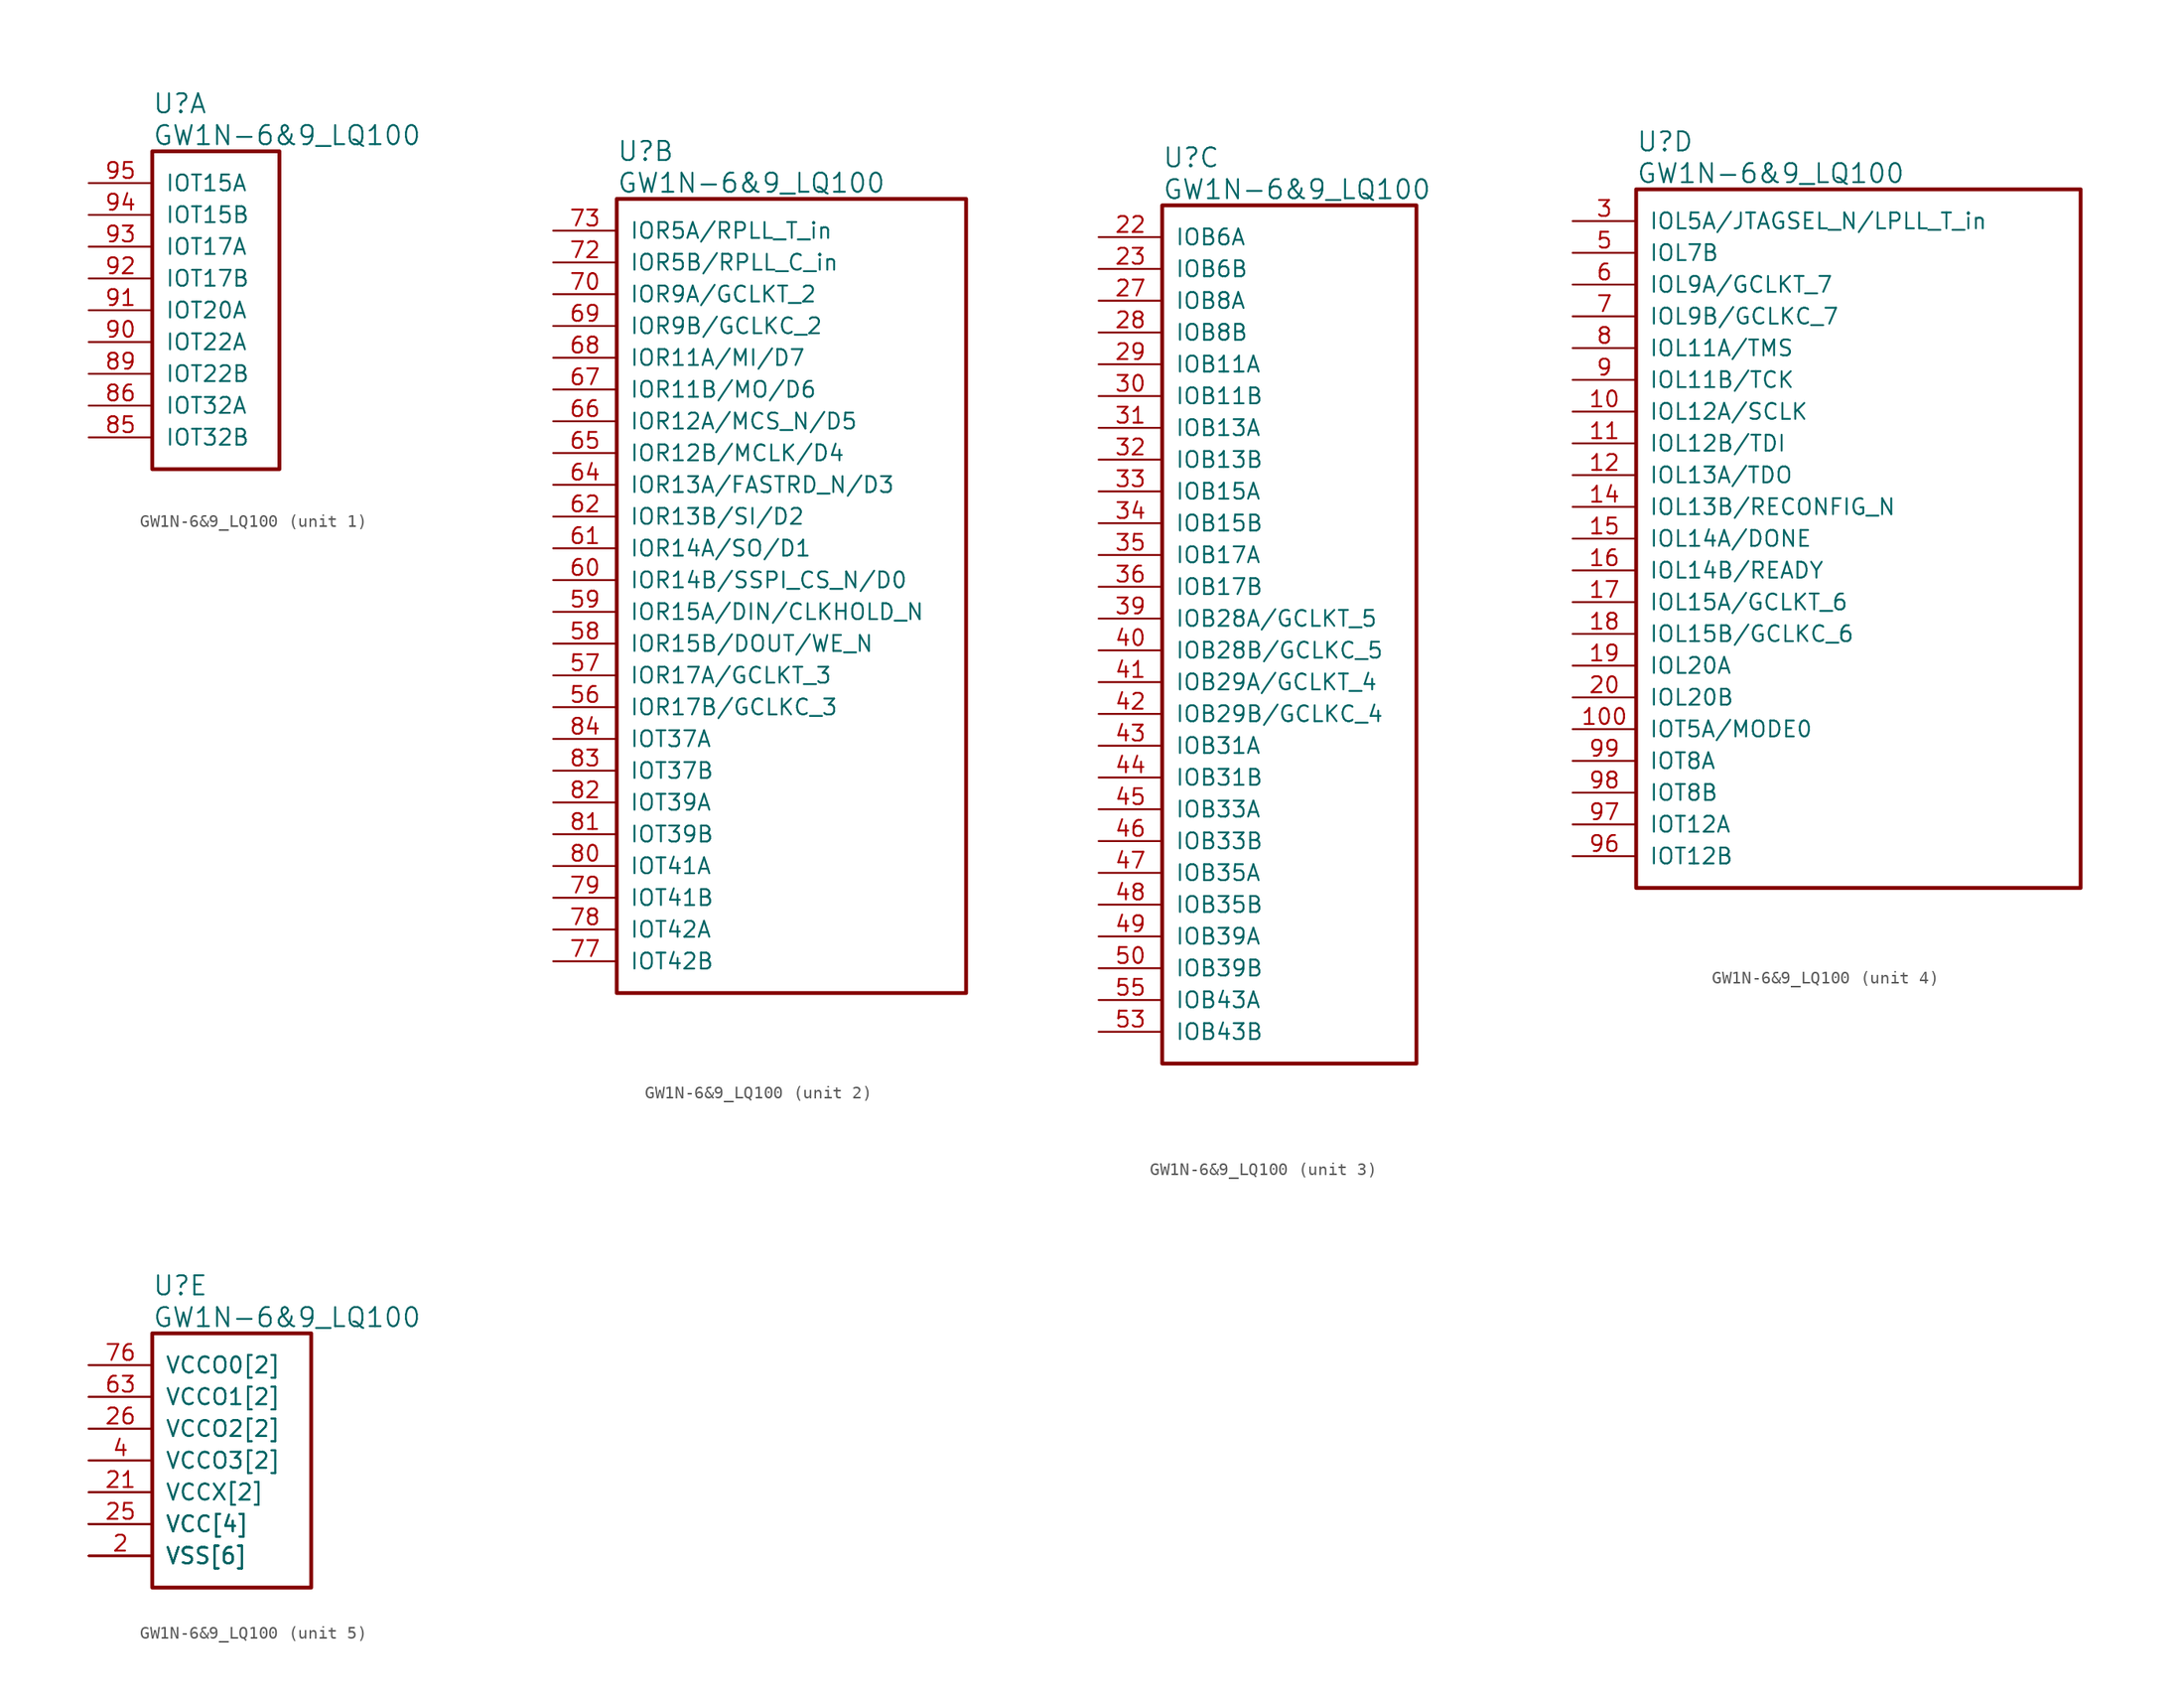
<source format=kicad_sym>
(kicad_symbol_lib
  (version 20241209)
  (generator "kicad_symbol_editor")
  (generator_version "9.0")
  (symbol "GW1N-6&9_LQ100"
    (pin_names
      (offset 1.016))
    (property "Reference" "U"
      (at 5.08 6.35 0)
      (effects (font (size 1.524 1.524)) (justify left)))
    (property "Value" "GW1N-6&9_LQ100"
      (at 5.08 3.81 0)
      (effects (font (size 1.524 1.524)) (justify left)))
    (property "ki_locked" ""
      (at 0 0 0)
      (effects (font (size 1.27 1.27))))
    (symbol "GW1N-6&9_LQ100_1_1"
      (rectangle (start 5.08 2.54) (end 15.24 -22.86) (stroke (width 0.305) (type solid)) (fill (type none)))
      (pin bidirectional line (at 0 0 0) (length 5.08) (name "IOT15A" (effects (font (size 1.27 1.27)))) (number "95" (effects (font (size 1.27 1.27)))))
      (pin bidirectional line (at 0 -2.54 0) (length 5.08) (name "IOT15B" (effects (font (size 1.27 1.27)))) (number "94" (effects (font (size 1.27 1.27)))))
      (pin bidirectional line (at 0 -5.08 0) (length 5.08) (name "IOT17A" (effects (font (size 1.27 1.27)))) (number "93" (effects (font (size 1.27 1.27)))))
      (pin bidirectional line (at 0 -7.62 0) (length 5.08) (name "IOT17B" (effects (font (size 1.27 1.27)))) (number "92" (effects (font (size 1.27 1.27)))))
      (pin bidirectional line (at 0 -10.16 0) (length 5.08) (name "IOT20A" (effects (font (size 1.27 1.27)))) (number "91" (effects (font (size 1.27 1.27)))))
      (pin bidirectional line (at 0 -12.7 0) (length 5.08) (name "IOT22A" (effects (font (size 1.27 1.27)))) (number "90" (effects (font (size 1.27 1.27)))))
      (pin bidirectional line (at 0 -15.24 0) (length 5.08) (name "IOT22B" (effects (font (size 1.27 1.27)))) (number "89" (effects (font (size 1.27 1.27)))))
      (pin bidirectional line (at 0 -17.78 0) (length 5.08) (name "IOT32A" (effects (font (size 1.27 1.27)))) (number "86" (effects (font (size 1.27 1.27)))))
      (pin bidirectional line (at 0 -20.32 0) (length 5.08) (name "IOT32B" (effects (font (size 1.27 1.27)))) (number "85" (effects (font (size 1.27 1.27))))))
    (symbol "GW1N-6&9_LQ100_2_1"
      (rectangle (start 5.08 2.54) (end 33.02 -60.96) (stroke (width 0.305) (type solid)) (fill (type none)))
      (pin bidirectional line (at 0 0 0) (length 5.08) (name "IOR5A/RPLL_T_in" (effects (font (size 1.27 1.27)))) (number "73" (effects (font (size 1.27 1.27)))))
      (pin bidirectional line (at 0 -2.54 0) (length 5.08) (name "IOR5B/RPLL_C_in" (effects (font (size 1.27 1.27)))) (number "72" (effects (font (size 1.27 1.27)))))
      (pin bidirectional line (at 0 -5.08 0) (length 5.08) (name "IOR9A/GCLKT_2" (effects (font (size 1.27 1.27)))) (number "70" (effects (font (size 1.27 1.27)))))
      (pin bidirectional line (at 0 -7.62 0) (length 5.08) (name "IOR9B/GCLKC_2" (effects (font (size 1.27 1.27)))) (number "69" (effects (font (size 1.27 1.27)))))
      (pin bidirectional line (at 0 -10.16 0) (length 5.08) (name "IOR11A/MI/D7" (effects (font (size 1.27 1.27)))) (number "68" (effects (font (size 1.27 1.27)))))
      (pin bidirectional line (at 0 -12.7 0) (length 5.08) (name "IOR11B/MO/D6" (effects (font (size 1.27 1.27)))) (number "67" (effects (font (size 1.27 1.27)))))
      (pin bidirectional line (at 0 -15.24 0) (length 5.08) (name "IOR12A/MCS_N/D5" (effects (font (size 1.27 1.27)))) (number "66" (effects (font (size 1.27 1.27)))))
      (pin bidirectional line (at 0 -17.78 0) (length 5.08) (name "IOR12B/MCLK/D4" (effects (font (size 1.27 1.27)))) (number "65" (effects (font (size 1.27 1.27)))))
      (pin bidirectional line (at 0 -20.32 0) (length 5.08) (name "IOR13A/FASTRD_N/D3" (effects (font (size 1.27 1.27)))) (number "64" (effects (font (size 1.27 1.27)))))
      (pin bidirectional line (at 0 -22.86 0) (length 5.08) (name "IOR13B/SI/D2" (effects (font (size 1.27 1.27)))) (number "62" (effects (font (size 1.27 1.27)))))
      (pin bidirectional line (at 0 -25.4 0) (length 5.08) (name "IOR14A/SO/D1" (effects (font (size 1.27 1.27)))) (number "61" (effects (font (size 1.27 1.27)))))
      (pin bidirectional line (at 0 -27.94 0) (length 5.08) (name "IOR14B/SSPI_CS_N/D0" (effects (font (size 1.27 1.27)))) (number "60" (effects (font (size 1.27 1.27)))))
      (pin bidirectional line (at 0 -30.48 0) (length 5.08) (name "IOR15A/DIN/CLKHOLD_N" (effects (font (size 1.27 1.27)))) (number "59" (effects (font (size 1.27 1.27)))))
      (pin bidirectional line (at 0 -33.02 0) (length 5.08) (name "IOR15B/DOUT/WE_N" (effects (font (size 1.27 1.27)))) (number "58" (effects (font (size 1.27 1.27)))))
      (pin bidirectional line (at 0 -35.56 0) (length 5.08) (name "IOR17A/GCLKT_3" (effects (font (size 1.27 1.27)))) (number "57" (effects (font (size 1.27 1.27)))))
      (pin bidirectional line (at 0 -38.1 0) (length 5.08) (name "IOR17B/GCLKC_3" (effects (font (size 1.27 1.27)))) (number "56" (effects (font (size 1.27 1.27)))))
      (pin bidirectional line (at 0 -40.64 0) (length 5.08) (name "IOT37A" (effects (font (size 1.27 1.27)))) (number "84" (effects (font (size 1.27 1.27)))))
      (pin bidirectional line (at 0 -43.18 0) (length 5.08) (name "IOT37B" (effects (font (size 1.27 1.27)))) (number "83" (effects (font (size 1.27 1.27)))))
      (pin bidirectional line (at 0 -45.72 0) (length 5.08) (name "IOT39A" (effects (font (size 1.27 1.27)))) (number "82" (effects (font (size 1.27 1.27)))))
      (pin bidirectional line (at 0 -48.26 0) (length 5.08) (name "IOT39B" (effects (font (size 1.27 1.27)))) (number "81" (effects (font (size 1.27 1.27)))))
      (pin bidirectional line (at 0 -50.8 0) (length 5.08) (name "IOT41A" (effects (font (size 1.27 1.27)))) (number "80" (effects (font (size 1.27 1.27)))))
      (pin bidirectional line (at 0 -53.34 0) (length 5.08) (name "IOT41B" (effects (font (size 1.27 1.27)))) (number "79" (effects (font (size 1.27 1.27)))))
      (pin bidirectional line (at 0 -55.88 0) (length 5.08) (name "IOT42A" (effects (font (size 1.27 1.27)))) (number "78" (effects (font (size 1.27 1.27)))))
      (pin bidirectional line (at 0 -58.42 0) (length 5.08) (name "IOT42B" (effects (font (size 1.27 1.27)))) (number "77" (effects (font (size 1.27 1.27))))))
    (symbol "GW1N-6&9_LQ100_3_1"
      (rectangle (start 5.08 2.54) (end 25.4 -66.04) (stroke (width 0.305) (type solid)) (fill (type none)))
      (pin bidirectional line (at 0 0 0) (length 5.08) (name "IOB6A" (effects (font (size 1.27 1.27)))) (number "22" (effects (font (size 1.27 1.27)))))
      (pin bidirectional line (at 0 -2.54 0) (length 5.08) (name "IOB6B" (effects (font (size 1.27 1.27)))) (number "23" (effects (font (size 1.27 1.27)))))
      (pin bidirectional line (at 0 -5.08 0) (length 5.08) (name "IOB8A" (effects (font (size 1.27 1.27)))) (number "27" (effects (font (size 1.27 1.27)))))
      (pin bidirectional line (at 0 -7.62 0) (length 5.08) (name "IOB8B" (effects (font (size 1.27 1.27)))) (number "28" (effects (font (size 1.27 1.27)))))
      (pin bidirectional line (at 0 -10.16 0) (length 5.08) (name "IOB11A" (effects (font (size 1.27 1.27)))) (number "29" (effects (font (size 1.27 1.27)))))
      (pin bidirectional line (at 0 -12.7 0) (length 5.08) (name "IOB11B" (effects (font (size 1.27 1.27)))) (number "30" (effects (font (size 1.27 1.27)))))
      (pin bidirectional line (at 0 -15.24 0) (length 5.08) (name "IOB13A" (effects (font (size 1.27 1.27)))) (number "31" (effects (font (size 1.27 1.27)))))
      (pin bidirectional line (at 0 -17.78 0) (length 5.08) (name "IOB13B" (effects (font (size 1.27 1.27)))) (number "32" (effects (font (size 1.27 1.27)))))
      (pin bidirectional line (at 0 -20.32 0) (length 5.08) (name "IOB15A" (effects (font (size 1.27 1.27)))) (number "33" (effects (font (size 1.27 1.27)))))
      (pin bidirectional line (at 0 -22.86 0) (length 5.08) (name "IOB15B" (effects (font (size 1.27 1.27)))) (number "34" (effects (font (size 1.27 1.27)))))
      (pin bidirectional line (at 0 -25.4 0) (length 5.08) (name "IOB17A" (effects (font (size 1.27 1.27)))) (number "35" (effects (font (size 1.27 1.27)))))
      (pin bidirectional line (at 0 -27.94 0) (length 5.08) (name "IOB17B" (effects (font (size 1.27 1.27)))) (number "36" (effects (font (size 1.27 1.27)))))
      (pin bidirectional line (at 0 -30.48 0) (length 5.08) (name "IOB28A/GCLKT_5" (effects (font (size 1.27 1.27)))) (number "39" (effects (font (size 1.27 1.27)))))
      (pin bidirectional line (at 0 -33.02 0) (length 5.08) (name "IOB28B/GCLKC_5" (effects (font (size 1.27 1.27)))) (number "40" (effects (font (size 1.27 1.27)))))
      (pin bidirectional line (at 0 -35.56 0) (length 5.08) (name "IOB29A/GCLKT_4" (effects (font (size 1.27 1.27)))) (number "41" (effects (font (size 1.27 1.27)))))
      (pin bidirectional line (at 0 -38.1 0) (length 5.08) (name "IOB29B/GCLKC_4" (effects (font (size 1.27 1.27)))) (number "42" (effects (font (size 1.27 1.27)))))
      (pin bidirectional line (at 0 -40.64 0) (length 5.08) (name "IOB31A" (effects (font (size 1.27 1.27)))) (number "43" (effects (font (size 1.27 1.27)))))
      (pin bidirectional line (at 0 -43.18 0) (length 5.08) (name "IOB31B" (effects (font (size 1.27 1.27)))) (number "44" (effects (font (size 1.27 1.27)))))
      (pin bidirectional line (at 0 -45.72 0) (length 5.08) (name "IOB33A" (effects (font (size 1.27 1.27)))) (number "45" (effects (font (size 1.27 1.27)))))
      (pin bidirectional line (at 0 -48.26 0) (length 5.08) (name "IOB33B" (effects (font (size 1.27 1.27)))) (number "46" (effects (font (size 1.27 1.27)))))
      (pin bidirectional line (at 0 -50.8 0) (length 5.08) (name "IOB35A" (effects (font (size 1.27 1.27)))) (number "47" (effects (font (size 1.27 1.27)))))
      (pin bidirectional line (at 0 -53.34 0) (length 5.08) (name "IOB35B" (effects (font (size 1.27 1.27)))) (number "48" (effects (font (size 1.27 1.27)))))
      (pin bidirectional line (at 0 -55.88 0) (length 5.08) (name "IOB39A" (effects (font (size 1.27 1.27)))) (number "49" (effects (font (size 1.27 1.27)))))
      (pin bidirectional line (at 0 -58.42 0) (length 5.08) (name "IOB39B" (effects (font (size 1.27 1.27)))) (number "50" (effects (font (size 1.27 1.27)))))
      (pin bidirectional line (at 0 -60.96 0) (length 5.08) (name "IOB43A" (effects (font (size 1.27 1.27)))) (number "55" (effects (font (size 1.27 1.27)))))
      (pin bidirectional line (at 0 -63.5 0) (length 5.08) (name "IOB43B" (effects (font (size 1.27 1.27)))) (number "53" (effects (font (size 1.27 1.27))))))
    (symbol "GW1N-6&9_LQ100_4_1"
      (rectangle (start 5.08 2.54) (end 40.64 -53.34) (stroke (width 0.305) (type solid)) (fill (type none)))
      (pin bidirectional line (at 0 0 0) (length 5.08) (name "IOL5A/JTAGSEL_N/LPLL_T_in" (effects (font (size 1.27 1.27)))) (number "3" (effects (font (size 1.27 1.27)))))
      (pin bidirectional line (at 0 -2.54 0) (length 5.08) (name "IOL7B" (effects (font (size 1.27 1.27)))) (number "5" (effects (font (size 1.27 1.27)))))
      (pin bidirectional line (at 0 -5.08 0) (length 5.08) (name "IOL9A/GCLKT_7" (effects (font (size 1.27 1.27)))) (number "6" (effects (font (size 1.27 1.27)))))
      (pin bidirectional line (at 0 -7.62 0) (length 5.08) (name "IOL9B/GCLKC_7" (effects (font (size 1.27 1.27)))) (number "7" (effects (font (size 1.27 1.27)))))
      (pin bidirectional line (at 0 -10.16 0) (length 5.08) (name "IOL11A/TMS" (effects (font (size 1.27 1.27)))) (number "8" (effects (font (size 1.27 1.27)))))
      (pin bidirectional line (at 0 -12.7 0) (length 5.08) (name "IOL11B/TCK" (effects (font (size 1.27 1.27)))) (number "9" (effects (font (size 1.27 1.27)))))
      (pin bidirectional line (at 0 -15.24 0) (length 5.08) (name "IOL12A/SCLK" (effects (font (size 1.27 1.27)))) (number "10" (effects (font (size 1.27 1.27)))))
      (pin bidirectional line (at 0 -17.78 0) (length 5.08) (name "IOL12B/TDI" (effects (font (size 1.27 1.27)))) (number "11" (effects (font (size 1.27 1.27)))))
      (pin bidirectional line (at 0 -20.32 0) (length 5.08) (name "IOL13A/TDO" (effects (font (size 1.27 1.27)))) (number "12" (effects (font (size 1.27 1.27)))))
      (pin bidirectional line (at 0 -22.86 0) (length 5.08) (name "IOL13B/RECONFIG_N" (effects (font (size 1.27 1.27)))) (number "14" (effects (font (size 1.27 1.27)))))
      (pin bidirectional line (at 0 -25.4 0) (length 5.08) (name "IOL14A/DONE" (effects (font (size 1.27 1.27)))) (number "15" (effects (font (size 1.27 1.27)))))
      (pin bidirectional line (at 0 -27.94 0) (length 5.08) (name "IOL14B/READY" (effects (font (size 1.27 1.27)))) (number "16" (effects (font (size 1.27 1.27)))))
      (pin bidirectional line (at 0 -30.48 0) (length 5.08) (name "IOL15A/GCLKT_6" (effects (font (size 1.27 1.27)))) (number "17" (effects (font (size 1.27 1.27)))))
      (pin bidirectional line (at 0 -33.02 0) (length 5.08) (name "IOL15B/GCLKC_6" (effects (font (size 1.27 1.27)))) (number "18" (effects (font (size 1.27 1.27)))))
      (pin bidirectional line (at 0 -35.56 0) (length 5.08) (name "IOL20A" (effects (font (size 1.27 1.27)))) (number "19" (effects (font (size 1.27 1.27)))))
      (pin bidirectional line (at 0 -38.1 0) (length 5.08) (name "IOL20B" (effects (font (size 1.27 1.27)))) (number "20" (effects (font (size 1.27 1.27)))))
      (pin bidirectional line (at 0 -40.64 0) (length 5.08) (name "IOT5A/MODE0" (effects (font (size 1.27 1.27)))) (number "100" (effects (font (size 1.27 1.27)))))
      (pin bidirectional line (at 0 -43.18 0) (length 5.08) (name "IOT8A" (effects (font (size 1.27 1.27)))) (number "99" (effects (font (size 1.27 1.27)))))
      (pin bidirectional line (at 0 -45.72 0) (length 5.08) (name "IOT8B" (effects (font (size 1.27 1.27)))) (number "98" (effects (font (size 1.27 1.27)))))
      (pin bidirectional line (at 0 -48.26 0) (length 5.08) (name "IOT12A" (effects (font (size 1.27 1.27)))) (number "97" (effects (font (size 1.27 1.27)))))
      (pin bidirectional line (at 0 -50.8 0) (length 5.08) (name "IOT12B" (effects (font (size 1.27 1.27)))) (number "96" (effects (font (size 1.27 1.27))))))
    (symbol "GW1N-6&9_LQ100_5_1"
      (rectangle (start 5.08 2.54) (end 17.78 -17.78) (stroke (width 0.305) (type solid)) (fill (type none)))
      (pin power_in line (at 0 0 0) (length 5.08) (name "VCCO0[2]" (effects (font (size 1.27 1.27)))) (number "76" (effects (font (size 1.27 1.27)))))
      (pin power_in line (at 0 0 0) (length 5.08) (name "VCCO0[2]" (effects (font (size 1.27 1.27)))) (number "88" (effects (font (size 0 0)))))
      (pin power_in line (at 0 -2.54 0) (length 5.08) (name "VCCO1[2]" (effects (font (size 1.27 1.27)))) (number "63" (effects (font (size 1.27 1.27)))))
      (pin power_in line (at 0 -2.54 0) (length 5.08) (name "VCCO1[2]" (effects (font (size 1.27 1.27)))) (number "71" (effects (font (size 0 0)))))
      (pin power_in line (at 0 -5.08 0) (length 5.08) (name "VCCO2[2]" (effects (font (size 1.27 1.27)))) (number "26" (effects (font (size 1.27 1.27)))))
      (pin power_in line (at 0 -5.08 0) (length 5.08) (name "VCCO2[2]" (effects (font (size 1.27 1.27)))) (number "38" (effects (font (size 0 0)))))
      (pin power_in line (at 0 -7.62 0) (length 5.08) (name "VCCO3[2]" (effects (font (size 1.27 1.27)))) (number "13" (effects (font (size 0 0)))))
      (pin power_in line (at 0 -7.62 0) (length 5.08) (name "VCCO3[2]" (effects (font (size 1.27 1.27)))) (number "4" (effects (font (size 1.27 1.27)))))
      (pin power_in line (at 0 -10.16 0) (length 5.08) (name "VCCX[2]" (effects (font (size 1.27 1.27)))) (number "21" (effects (font (size 1.27 1.27)))))
      (pin power_in line (at 0 -10.16 0) (length 5.08) (name "VCCX[2]" (effects (font (size 1.27 1.27)))) (number "54" (effects (font (size 0 0)))))
      (pin power_in line (at 0 -12.7 0) (length 5.08) (name "VCC[4]" (effects (font (size 1.27 1.27)))) (number "1" (effects (font (size 0 0)))))
      (pin power_in line (at 0 -12.7 0) (length 5.08) (name "VCC[4]" (effects (font (size 1.27 1.27)))) (number "25" (effects (font (size 1.27 1.27)))))
      (pin power_in line (at 0 -12.7 0) (length 5.08) (name "VCC[4]" (effects (font (size 1.27 1.27)))) (number "51" (effects (font (size 0 0)))))
      (pin power_in line (at 0 -12.7 0) (length 5.08) (name "VCC[4]" (effects (font (size 1.27 1.27)))) (number "75" (effects (font (size 0 0)))))
      (pin power_in line (at 0 -15.24 0) (length 5.08) (name "VSS[6]" (effects (font (size 1.27 1.27)))) (number "2" (effects (font (size 1.27 1.27)))))
      (pin power_in line (at 0 -15.24 0) (length 5.08) (name "VSS[6]" (effects (font (size 1.27 1.27)))) (number "24" (effects (font (size 0 0)))))
      (pin power_in line (at 0 -15.24 0) (length 5.08) (name "VSS[6]" (effects (font (size 1.27 1.27)))) (number "37" (effects (font (size 0 0)))))
      (pin power_in line (at 0 -15.24 0) (length 5.08) (name "VSS[6]" (effects (font (size 1.27 1.27)))) (number "52" (effects (font (size 0 0)))))
      (pin power_in line (at 0 -15.24 0) (length 5.08) (name "VSS[6]" (effects (font (size 1.27 1.27)))) (number "74" (effects (font (size 0 0)))))
      (pin power_in line (at 0 -15.24 0) (length 5.08) (name "VSS[6]" (effects (font (size 1.27 1.27)))) (number "87" (effects (font (size 0 0))))))))
</source>
